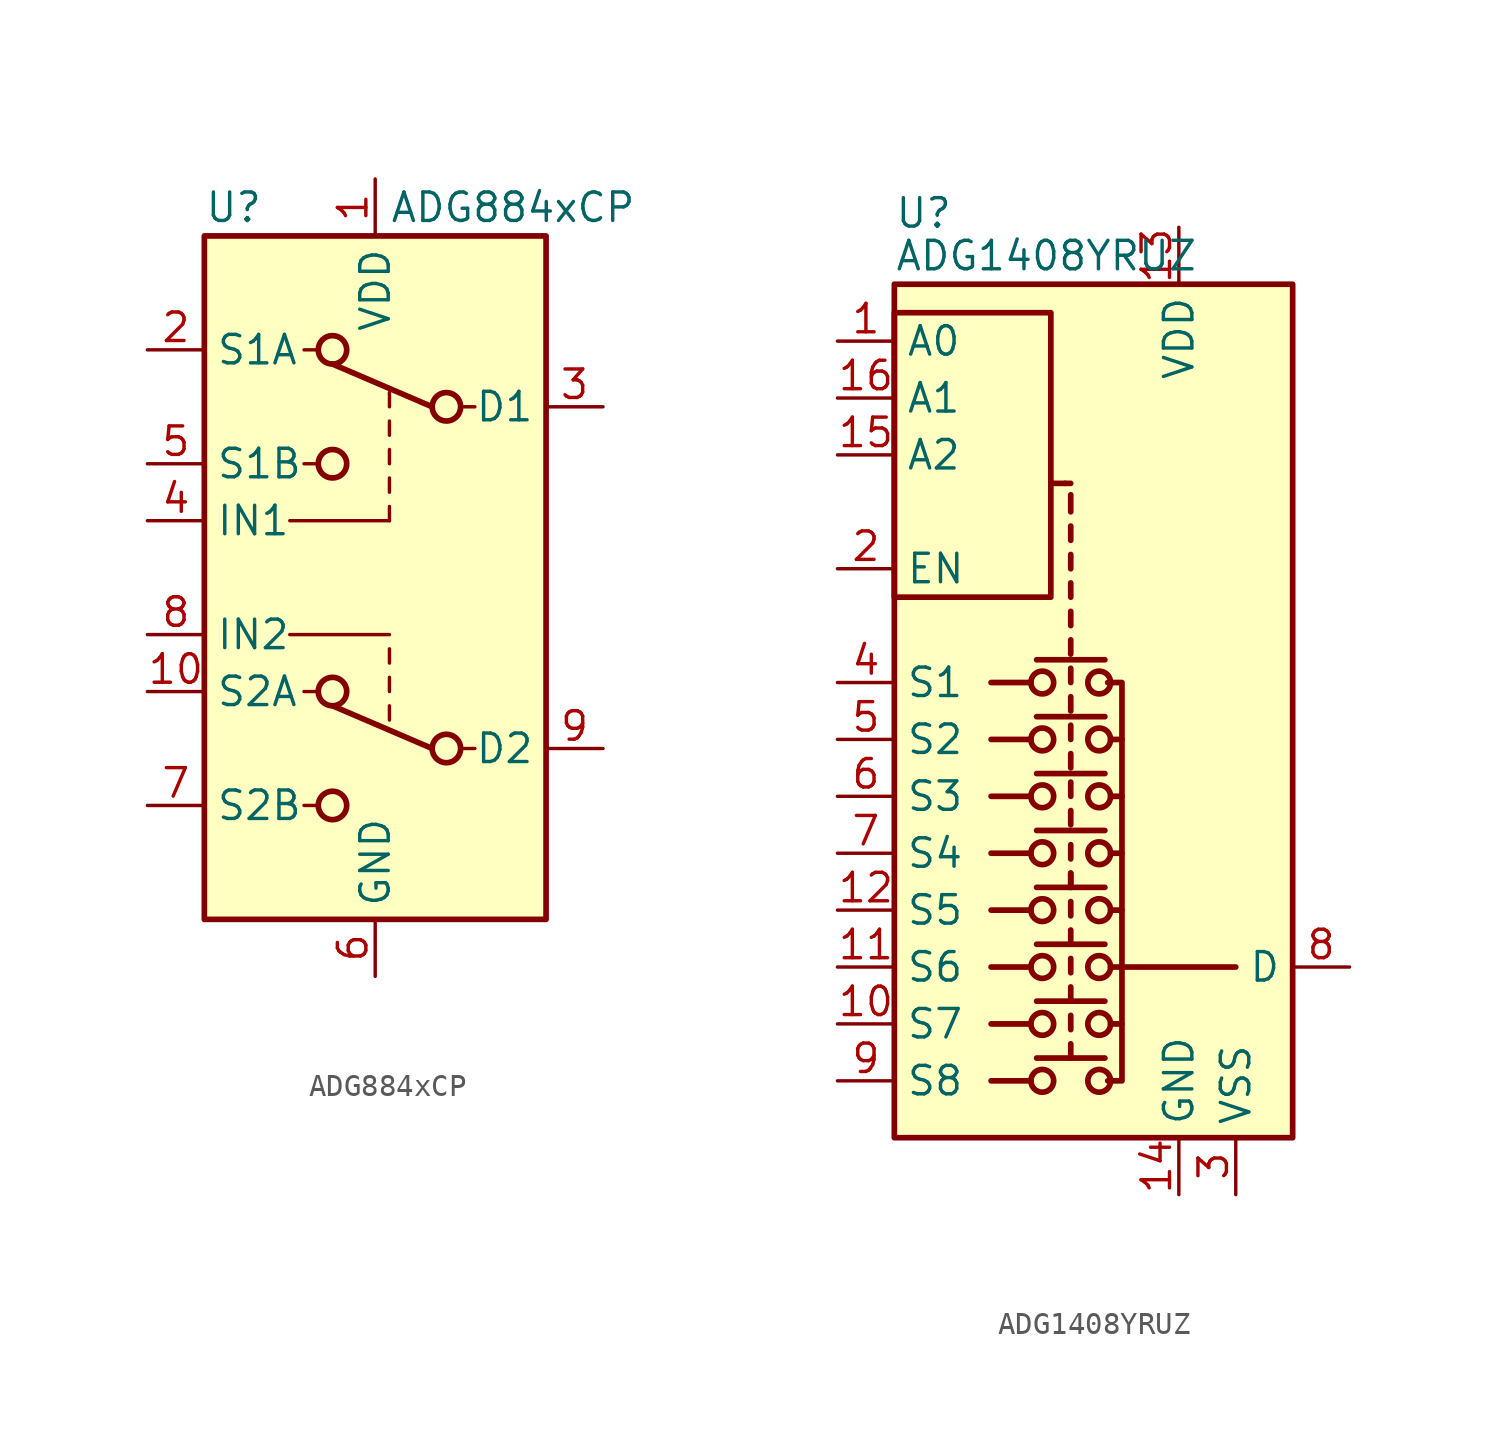
<source format=kicad_sym>
(kicad_symbol_lib
  (version 20201005)
  (generator kicad_symbol_editor)
  (symbol "Analog_Switch:ADG884xCP"
    (property "Reference" "U"
      (at -7.62 16.51 0)
      (effects (font (size 1.27 1.27)) (justify left)))
    (property "Value" "ADG884xCP"
      (at 0.635 16.51 0)
      (effects (font (size 1.27 1.27)) (justify left)))
    (symbol "ADG884xCP_0_1"
      (circle (center -1.905 -10.16) (radius 0.635) (stroke (width 0.254)) (fill (type none)))
      (circle (center -1.905 -5.08) (radius 0.635) (stroke (width 0.254)) (fill (type none)))
      (circle (center -1.905 5.08) (radius 0.635) (stroke (width 0.254)) (fill (type none)))
      (circle (center -1.905 10.16) (radius 0.635) (stroke (width 0.254)) (fill (type none)))
      (circle (center 3.175 -7.62) (radius 0.635) (stroke (width 0.254)) (fill (type none)))
      (circle (center 3.175 7.62) (radius 0.635) (stroke (width 0.254)) (fill (type none)))
      (rectangle (start -7.62 15.24) (end 7.62 -15.24) (stroke (width 0.254)) (fill (type background)))
      (polyline (pts (xy -3.81 -2.54) (xy 0.635 -2.54)) (stroke (width 0)) (fill (type none)))
      (polyline (pts (xy -3.81 2.54) (xy 0.635 2.54)) (stroke (width 0)) (fill (type none)))
      (polyline (pts (xy -3.175 -10.16) (xy -2.54 -10.16)) (stroke (width 0)) (fill (type none)))
      (polyline (pts (xy -3.175 -5.08) (xy -2.54 -5.08)) (stroke (width 0)) (fill (type none)))
      (polyline (pts (xy -3.175 5.08) (xy -2.54 5.08)) (stroke (width 0)) (fill (type none)))
      (polyline (pts (xy -3.175 10.16) (xy -2.54 10.16)) (stroke (width 0)) (fill (type none)))
      (polyline (pts (xy -1.905 9.525) (xy 2.54 7.62)) (stroke (width 0.254)) (fill (type none)))
      (polyline (pts (xy 0.635 -5.715) (xy 0.635 -6.35)) (stroke (width 0)) (fill (type none)))
      (polyline (pts (xy 0.635 -4.445) (xy 0.635 -5.08)) (stroke (width 0)) (fill (type none)))
      (polyline (pts (xy 0.635 -3.175) (xy 0.635 -3.81)) (stroke (width 0)) (fill (type none)))
      (polyline (pts (xy 0.635 3.175) (xy 0.635 2.54)) (stroke (width 0)) (fill (type none)))
      (polyline (pts (xy 0.635 4.445) (xy 0.635 3.81)) (stroke (width 0)) (fill (type none)))
      (polyline (pts (xy 0.635 5.715) (xy 0.635 5.08)) (stroke (width 0)) (fill (type none)))
      (polyline (pts (xy 0.635 6.985) (xy 0.635 6.35)) (stroke (width 0)) (fill (type none)))
      (polyline (pts (xy 0.635 8.255) (xy 0.635 7.62)) (stroke (width 0)) (fill (type none)))
      (polyline (pts (xy 2.54 -7.62) (xy -1.905 -5.715)) (stroke (width 0.254)) (fill (type none)))
      (polyline (pts (xy 4.445 -7.62) (xy 3.81 -7.62)) (stroke (width 0)) (fill (type none)))
      (polyline (pts (xy 4.445 7.62) (xy 3.81 7.62)) (stroke (width 0)) (fill (type none))))
    (symbol "ADG884xCP_1_1"
      (pin power_in line (at 0 17.78 270) (length 2.54) (name "VDD" (effects (font (size 1.27 1.27)))) (number "1" (effects (font (size 1.27 1.27)))))
      (pin bidirectional line (at -10.16 -5.08 0) (length 2.54) (name "S2A" (effects (font (size 1.27 1.27)))) (number "10" (effects (font (size 1.27 1.27)))))
      (pin passive line (at 0 -17.78 90) (length 2.54) hide (name "GND" (effects (font (size 1.27 1.27)))) (number "11" (effects (font (size 1.27 1.27)))))
      (pin bidirectional line (at -10.16 10.16 0) (length 2.54) (name "S1A" (effects (font (size 1.27 1.27)))) (number "2" (effects (font (size 1.27 1.27)))))
      (pin bidirectional line (at 10.16 7.62 180) (length 2.54) (name "D1" (effects (font (size 1.27 1.27)))) (number "3" (effects (font (size 1.27 1.27)))))
      (pin input line (at -10.16 2.54 0) (length 2.54) (name "IN1" (effects (font (size 1.27 1.27)))) (number "4" (effects (font (size 1.27 1.27)))))
      (pin bidirectional line (at -10.16 5.08 0) (length 2.54) (name "S1B" (effects (font (size 1.27 1.27)))) (number "5" (effects (font (size 1.27 1.27)))))
      (pin power_in line (at 0 -17.78 90) (length 2.54) (name "GND" (effects (font (size 1.27 1.27)))) (number "6" (effects (font (size 1.27 1.27)))))
      (pin bidirectional line (at -10.16 -10.16 0) (length 2.54) (name "S2B" (effects (font (size 1.27 1.27)))) (number "7" (effects (font (size 1.27 1.27)))))
      (pin input line (at -10.16 -2.54 0) (length 2.54) (name "IN2" (effects (font (size 1.27 1.27)))) (number "8" (effects (font (size 1.27 1.27)))))
      (pin bidirectional line (at 10.16 -7.62 180) (length 2.54) (name "D2" (effects (font (size 1.27 1.27)))) (number "9" (effects (font (size 1.27 1.27)))))))
  (symbol "Analog_Switch:ADG1408YRUZ"
    (property "Reference" "U"
      (at -7.62 23.495 0)
      (effects (font (size 1.27 1.27)) (justify left)))
    (property "Value" "ADG1408YRUZ"
      (at -7.62 21.59 0)
      (effects (font (size 1.27 1.27)) (justify left)))
    (symbol "ADG1408YRUZ_0_0"
      (pin power_in line (at 5.08 -20.32 90) (length 2.54) (name "GND" (effects (font (size 1.27 1.27)))) (number "14" (effects (font (size 1.27 1.27))))))
    (symbol "ADG1408YRUZ_0_1"
      (circle (center -1.016 -15.24) (radius 0.508) (stroke (width 0.254)) (fill (type none)))
      (circle (center -1.016 -12.7) (radius 0.508) (stroke (width 0.254)) (fill (type none)))
      (circle (center -1.016 -10.16) (radius 0.508) (stroke (width 0.254)) (fill (type none)))
      (circle (center -1.016 -7.62) (radius 0.508) (stroke (width 0.254)) (fill (type none)))
      (circle (center -1.016 -5.08) (radius 0.508) (stroke (width 0.254)) (fill (type none)))
      (circle (center -1.016 -2.54) (radius 0.508) (stroke (width 0.254)) (fill (type none)))
      (circle (center -1.016 0) (radius 0.508) (stroke (width 0.254)) (fill (type none)))
      (circle (center -1.016 2.54) (radius 0.508) (stroke (width 0.254)) (fill (type none)))
      (circle (center 1.524 -15.24) (radius 0.508) (stroke (width 0.254)) (fill (type none)))
      (circle (center 1.524 -12.7) (radius 0.508) (stroke (width 0.254)) (fill (type none)))
      (circle (center 1.524 -10.16) (radius 0.508) (stroke (width 0.254)) (fill (type none)))
      (circle (center 1.524 -7.62) (radius 0.508) (stroke (width 0.254)) (fill (type none)))
      (circle (center 1.524 -5.08) (radius 0.508) (stroke (width 0.254)) (fill (type none)))
      (circle (center 1.524 -2.54) (radius 0.508) (stroke (width 0.254)) (fill (type none)))
      (circle (center 1.524 0) (radius 0.508) (stroke (width 0.254)) (fill (type none)))
      (circle (center 1.524 2.54) (radius 0.508) (stroke (width 0.254)) (fill (type none)))
      (rectangle (start -7.62 6.35) (end -0.635 19.05) (stroke (width 0.254)) (fill (type none)))
      (rectangle (start -7.62 20.32) (end 10.16 -17.78) (stroke (width 0.254)) (fill (type background)))
      (polyline (pts (xy -1.524 -15.24) (xy -3.302 -15.24)) (stroke (width 0.254)) (fill (type none)))
      (polyline (pts (xy -1.524 -12.7) (xy -3.302 -12.7)) (stroke (width 0.254)) (fill (type none)))
      (polyline (pts (xy -1.524 -10.16) (xy -3.302 -10.16)) (stroke (width 0.254)) (fill (type none)))
      (polyline (pts (xy -1.524 -7.62) (xy -3.302 -7.62)) (stroke (width 0.254)) (fill (type none)))
      (polyline (pts (xy -1.524 -5.08) (xy -3.302 -5.08)) (stroke (width 0.254)) (fill (type none)))
      (polyline (pts (xy -1.524 -2.54) (xy -3.302 -2.54)) (stroke (width 0.254)) (fill (type none)))
      (polyline (pts (xy -1.524 0) (xy -3.302 0)) (stroke (width 0.254)) (fill (type none)))
      (polyline (pts (xy -1.524 2.54) (xy -3.302 2.54)) (stroke (width 0.254)) (fill (type none)))
      (polyline (pts (xy -1.27 -14.224) (xy 1.778 -14.224)) (stroke (width 0.254)) (fill (type none)))
      (polyline (pts (xy -1.27 -11.684) (xy 1.778 -11.684)) (stroke (width 0.254)) (fill (type none)))
      (polyline (pts (xy -1.27 -9.144) (xy 1.778 -9.144)) (stroke (width 0.254)) (fill (type none)))
      (polyline (pts (xy -1.27 -6.604) (xy 1.778 -6.604)) (stroke (width 0.254)) (fill (type none)))
      (polyline (pts (xy -1.27 -4.064) (xy 1.778 -4.064)) (stroke (width 0.254)) (fill (type none)))
      (polyline (pts (xy -1.27 -1.524) (xy 1.778 -1.524)) (stroke (width 0.254)) (fill (type none)))
      (polyline (pts (xy -1.27 1.016) (xy 1.778 1.016)) (stroke (width 0.254)) (fill (type none)))
      (polyline (pts (xy -1.27 3.556) (xy 1.778 3.556)) (stroke (width 0.254)) (fill (type none)))
      (polyline (pts (xy -0.635 11.43) (xy 0 11.43)) (stroke (width 0.254)) (fill (type none)))
      (polyline (pts (xy 0.254 -14.224) (xy 0.254 -13.589)) (stroke (width 0.254)) (fill (type none)))
      (polyline (pts (xy 0.254 -12.954) (xy 0.254 -12.319)) (stroke (width 0.254)) (fill (type none)))
      (polyline (pts (xy 0.254 -11.684) (xy 0.254 -11.049)) (stroke (width 0.254)) (fill (type none)))
      (polyline (pts (xy 0.254 -10.414) (xy 0.254 -9.779)) (stroke (width 0.254)) (fill (type none)))
      (polyline (pts (xy 0.254 -9.144) (xy 0.254 -8.509)) (stroke (width 0.254)) (fill (type none)))
      (polyline (pts (xy 0.254 -7.874) (xy 0.254 -7.239)) (stroke (width 0.254)) (fill (type none)))
      (polyline (pts (xy 0.254 -6.604) (xy 0.254 -5.969)) (stroke (width 0.254)) (fill (type none)))
      (polyline (pts (xy 0.254 -6.604) (xy 0.254 -5.969)) (stroke (width 0.254)) (fill (type none)))
      (polyline (pts (xy 0.254 -5.334) (xy 0.254 -4.699)) (stroke (width 0.254)) (fill (type none)))
      (polyline (pts (xy 0.254 -3.81) (xy 0.254 -3.175)) (stroke (width 0.254)) (fill (type none)))
      (polyline (pts (xy 0.254 -2.54) (xy 0.254 -1.905)) (stroke (width 0.254)) (fill (type none)))
      (polyline (pts (xy 0.254 -1.27) (xy 0.254 -0.635)) (stroke (width 0.254)) (fill (type none)))
      (polyline (pts (xy 0.254 0) (xy 0.254 0.635)) (stroke (width 0.254)) (fill (type none)))
      (polyline (pts (xy 0.254 1.27) (xy 0.254 1.905)) (stroke (width 0.254)) (fill (type none)))
      (polyline (pts (xy 0.254 2.54) (xy 0.254 3.175)) (stroke (width 0.254)) (fill (type none)))
      (polyline (pts (xy 0.254 3.81) (xy 0.254 4.445)) (stroke (width 0.254)) (fill (type none)))
      (polyline (pts (xy 0.254 5.08) (xy 0.254 5.715)) (stroke (width 0.254)) (fill (type none)))
      (polyline (pts (xy 0.254 6.35) (xy 0.254 6.985)) (stroke (width 0.254)) (fill (type none)))
      (polyline (pts (xy 0.254 7.62) (xy 0.254 8.255)) (stroke (width 0.254)) (fill (type none)))
      (polyline (pts (xy 0.254 8.89) (xy 0.254 9.525)) (stroke (width 0.254)) (fill (type none)))
      (polyline (pts (xy 0.254 10.16) (xy 0.254 10.922)) (stroke (width 0.254)) (fill (type none)))
      (polyline (pts (xy 0.254 11.43) (xy 0 11.43)) (stroke (width 0.254)) (fill (type none)))
      (polyline (pts (xy 2.032 -12.7) (xy 2.54 -12.7)) (stroke (width 0.254)) (fill (type none)))
      (polyline (pts (xy 2.032 -10.16) (xy 2.54 -10.16)) (stroke (width 0.254)) (fill (type none)))
      (polyline (pts (xy 2.032 -7.62) (xy 2.54 -7.62)) (stroke (width 0.254)) (fill (type none)))
      (polyline (pts (xy 2.032 -5.08) (xy 2.54 -5.08)) (stroke (width 0.254)) (fill (type none)))
      (polyline (pts (xy 2.032 -2.54) (xy 2.54 -2.54)) (stroke (width 0.254)) (fill (type none)))
      (polyline (pts (xy 2.032 0) (xy 2.54 0)) (stroke (width 0.254)) (fill (type none)))
      (polyline (pts (xy 2.54 -10.16) (xy 7.62 -10.16)) (stroke (width 0.254)) (fill (type none)))
      (polyline (pts (xy 1.905 2.54) (xy 2.54 2.54) (xy 2.54 -15.24) (xy 1.905 -15.24)) (stroke (width 0.254)) (fill (type none))))
    (symbol "ADG1408YRUZ_1_1"
      (pin input line (at -10.16 17.78 0) (length 2.54) (name "A0" (effects (font (size 1.27 1.27)))) (number "1" (effects (font (size 1.27 1.27)))))
      (pin bidirectional line (at -10.16 -12.7 0) (length 2.54) (name "S7" (effects (font (size 1.27 1.27)))) (number "10" (effects (font (size 1.27 1.27)))))
      (pin bidirectional line (at -10.16 -10.16 0) (length 2.54) (name "S6" (effects (font (size 1.27 1.27)))) (number "11" (effects (font (size 1.27 1.27)))))
      (pin bidirectional line (at -10.16 -7.62 0) (length 2.54) (name "S5" (effects (font (size 1.27 1.27)))) (number "12" (effects (font (size 1.27 1.27)))))
      (pin power_in line (at 5.08 22.86 270) (length 2.54) (name "VDD" (effects (font (size 1.27 1.27)))) (number "13" (effects (font (size 1.27 1.27)))))
      (pin input line (at -10.16 12.7 0) (length 2.54) (name "A2" (effects (font (size 1.27 1.27)))) (number "15" (effects (font (size 1.27 1.27)))))
      (pin input line (at -10.16 15.24 0) (length 2.54) (name "A1" (effects (font (size 1.27 1.27)))) (number "16" (effects (font (size 1.27 1.27)))))
      (pin input line (at -10.16 7.62 0) (length 2.54) (name "EN" (effects (font (size 1.27 1.27)))) (number "2" (effects (font (size 1.27 1.27)))))
      (pin power_in line (at 7.62 -20.32 90) (length 2.54) (name "VSS" (effects (font (size 1.27 1.27)))) (number "3" (effects (font (size 1.27 1.27)))))
      (pin bidirectional line (at -10.16 2.54 0) (length 2.54) (name "S1" (effects (font (size 1.27 1.27)))) (number "4" (effects (font (size 1.27 1.27)))))
      (pin bidirectional line (at -10.16 0 0) (length 2.54) (name "S2" (effects (font (size 1.27 1.27)))) (number "5" (effects (font (size 1.27 1.27)))))
      (pin bidirectional line (at -10.16 -2.54 0) (length 2.54) (name "S3" (effects (font (size 1.27 1.27)))) (number "6" (effects (font (size 1.27 1.27)))))
      (pin bidirectional line (at -10.16 -5.08 0) (length 2.54) (name "S4" (effects (font (size 1.27 1.27)))) (number "7" (effects (font (size 1.27 1.27)))))
      (pin bidirectional line (at 12.7 -10.16 180) (length 2.54) (name "D" (effects (font (size 1.27 1.27)))) (number "8" (effects (font (size 1.27 1.27)))))
      (pin bidirectional line (at -10.16 -15.24 0) (length 2.54) (name "S8" (effects (font (size 1.27 1.27)))) (number "9" (effects (font (size 1.27 1.27))))))))
</source>
